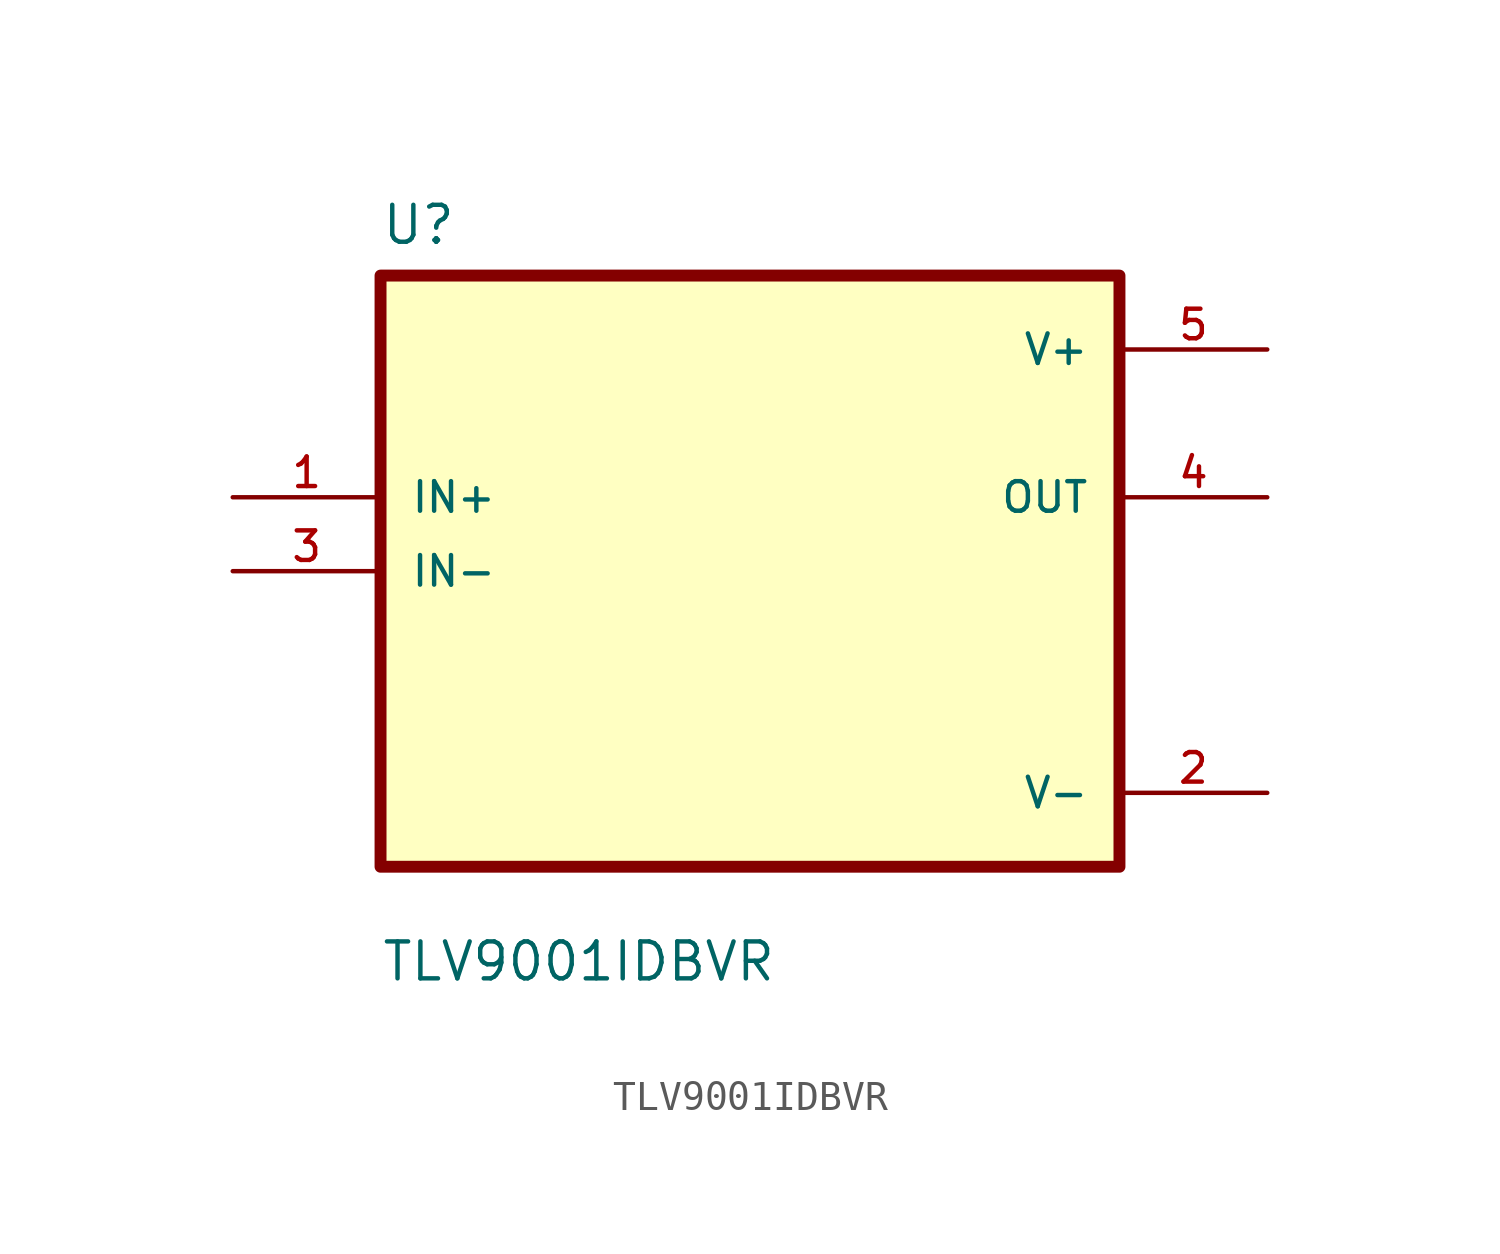
<source format=kicad_sym>
(kicad_symbol_lib
  (version 20211014)
  (generator kicad_symbol_editor)
  (symbol "TLV9001IDBVR"
    (pin_names
      (offset 1.016))
    (property "Reference" "U"
      (at -12.7 11.16 0.0)
      (effects (font (size 1.27 1.27)) (justify bottom left)))
    (property "Value" "TLV9001IDBVR"
      (at -12.7 -14.16 0.0)
      (effects (font (size 1.27 1.27)) (justify bottom left)))
    (symbol "TLV9001IDBVR_0_0"
      (rectangle (start -12.7 -10.16) (end 12.7 10.16) (stroke (width 0.41)) (fill (type background)))
      (pin input line (at -17.78 2.54 0) (length 5.08) (name "IN+" (effects (font (size 1.016 1.016)))) (number "1" (effects (font (size 1.016 1.016)))))
      (pin input line (at -17.78 0.0 0) (length 5.08) (name "IN-" (effects (font (size 1.016 1.016)))) (number "3" (effects (font (size 1.016 1.016)))))
      (pin power_in line (at 17.78 7.62 180.0) (length 5.08) (name "V+" (effects (font (size 1.016 1.016)))) (number "5" (effects (font (size 1.016 1.016)))))
      (pin output line (at 17.78 2.54 180.0) (length 5.08) (name "OUT" (effects (font (size 1.016 1.016)))) (number "4" (effects (font (size 1.016 1.016)))))
      (pin power_in line (at 17.78 -7.62 180.0) (length 5.08) (name "V-" (effects (font (size 1.016 1.016)))) (number "2" (effects (font (size 1.016 1.016))))))))
</source>
